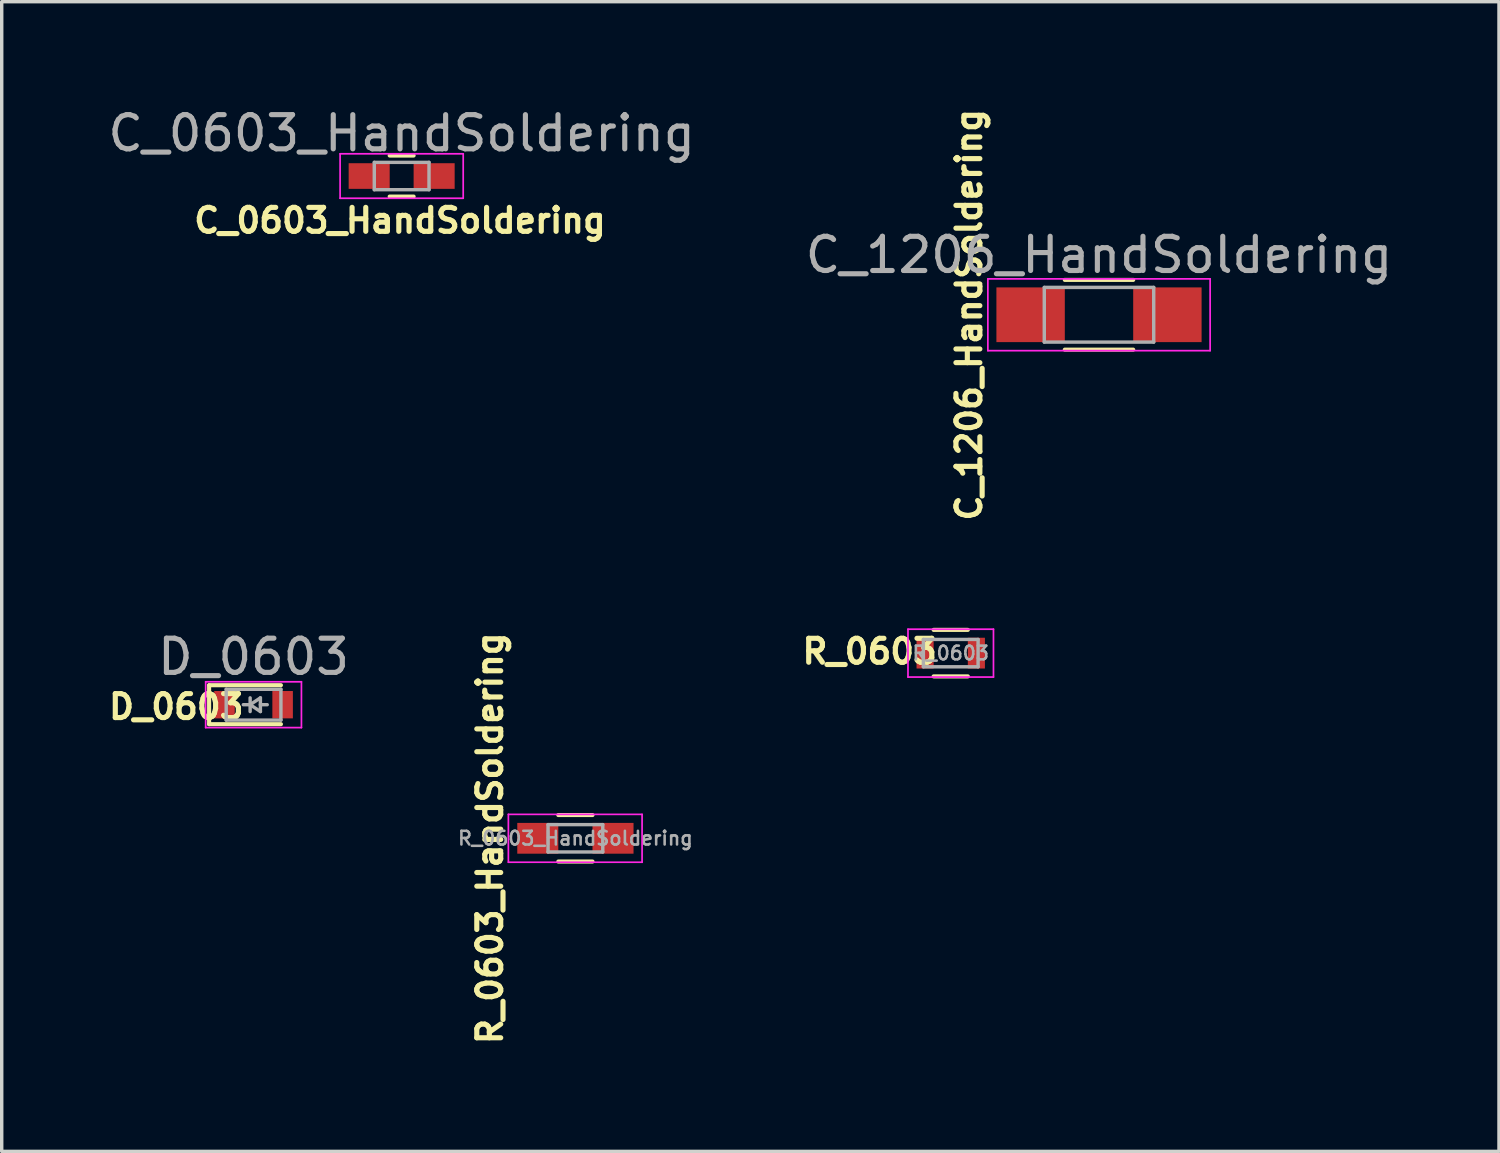
<source format=kicad_pcb>
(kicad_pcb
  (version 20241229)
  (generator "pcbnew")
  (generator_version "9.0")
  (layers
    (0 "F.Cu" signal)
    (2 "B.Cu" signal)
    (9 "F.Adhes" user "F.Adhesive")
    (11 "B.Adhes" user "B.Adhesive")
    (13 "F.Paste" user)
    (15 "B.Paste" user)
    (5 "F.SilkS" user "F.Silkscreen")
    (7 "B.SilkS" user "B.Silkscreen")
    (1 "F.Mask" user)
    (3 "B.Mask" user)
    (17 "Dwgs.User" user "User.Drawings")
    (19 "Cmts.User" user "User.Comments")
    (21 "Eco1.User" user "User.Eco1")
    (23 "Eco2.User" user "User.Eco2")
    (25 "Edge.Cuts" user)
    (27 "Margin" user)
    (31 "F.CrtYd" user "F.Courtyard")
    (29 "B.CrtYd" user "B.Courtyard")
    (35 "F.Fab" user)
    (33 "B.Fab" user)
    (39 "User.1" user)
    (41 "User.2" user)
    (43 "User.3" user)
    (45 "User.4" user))
  (footprint "C_1206_HandSoldering"
    (layer "F.Cu")
    (at 29.089 6.155)
    (property "Reference" "C_1206_HandSoldering" (at -3.8 0 270) (layer "F.SilkS") (effects (font (size 0.7 0.7) (thickness 0.15))))
    (attr smd)
    (fp_line (start -1 1.02) (end 1 1.02) (stroke (width 0.12) (type solid)) (layer "F.SilkS"))
    (fp_line (start 1 -1.02) (end -1 -1.02) (stroke (width 0.12) (type solid)) (layer "F.SilkS"))
    (fp_line (start -3.25 -1.05) (end -3.25 1.05) (stroke (width 0.05) (type solid)) (layer "F.CrtYd"))
    (fp_line (start -3.25 -1.05) (end 3.25 -1.05) (stroke (width 0.05) (type solid)) (layer "F.CrtYd"))
    (fp_line (start 3.25 1.05) (end -3.25 1.05) (stroke (width 0.05) (type solid)) (layer "F.CrtYd"))
    (fp_line (start 3.25 1.05) (end 3.25 -1.05) (stroke (width 0.05) (type solid)) (layer "F.CrtYd"))
    (fp_line (start -1.6 -0.8) (end 1.6 -0.8) (stroke (width 0.1) (type solid)) (layer "F.Fab"))
    (fp_line (start -1.6 0.8) (end -1.6 -0.8) (stroke (width 0.1) (type solid)) (layer "F.Fab"))
    (fp_line (start 1.6 -0.8) (end 1.6 0.8) (stroke (width 0.1) (type solid)) (layer "F.Fab"))
    (fp_line (start 1.6 0.8) (end -1.6 0.8) (stroke (width 0.1) (type solid)) (layer "F.Fab"))
    (fp_text user "${REFERENCE}" (at 0 -1.75 0) (layer "F.Fab") (effects (font (size 1 1) (thickness 0.15))))
    (pad "1" smd rect (at -2 0) (size 2 1.6) (layers "F.Cu" "F.Mask" "F.Paste"))
    (pad "2" smd rect (at 2 0) (size 2 1.6) (layers "F.Cu" "F.Mask" "F.Paste")))
  (footprint "R_0603_HandSoldering"
    (layer "F.Cu")
    (at 13.777 21.465)
    (property "Reference" "R_0603_HandSoldering" (at -2.5 0 270) (layer "F.SilkS") (effects (font (size 0.7 0.7) (thickness 0.15))))
    (attr smd)
    (fp_line (start -0.5 -0.68) (end 0.5 -0.68) (stroke (width 0.12) (type solid)) (layer "F.SilkS"))
    (fp_line (start 0.5 0.68) (end -0.5 0.68) (stroke (width 0.12) (type solid)) (layer "F.SilkS"))
    (fp_line (start -1.96 -0.7) (end -1.96 0.7) (stroke (width 0.05) (type solid)) (layer "F.CrtYd"))
    (fp_line (start -1.96 -0.7) (end 1.95 -0.7) (stroke (width 0.05) (type solid)) (layer "F.CrtYd"))
    (fp_line (start 1.95 0.7) (end -1.96 0.7) (stroke (width 0.05) (type solid)) (layer "F.CrtYd"))
    (fp_line (start 1.95 0.7) (end 1.95 -0.7) (stroke (width 0.05) (type solid)) (layer "F.CrtYd"))
    (fp_line (start -0.8 -0.4) (end 0.8 -0.4) (stroke (width 0.1) (type solid)) (layer "F.Fab"))
    (fp_line (start -0.8 0.4) (end -0.8 -0.4) (stroke (width 0.1) (type solid)) (layer "F.Fab"))
    (fp_line (start 0.8 -0.4) (end 0.8 0.4) (stroke (width 0.1) (type solid)) (layer "F.Fab"))
    (fp_line (start 0.8 0.4) (end -0.8 0.4) (stroke (width 0.1) (type solid)) (layer "F.Fab"))
    (fp_text user "${REFERENCE}" (at 0 0 0) (layer "F.Fab") (effects (font (size 0.4 0.4) (thickness 0.075))))
    (pad "1" smd rect (at -1.1 0) (size 1.2 0.9) (layers "F.Cu" "F.Mask" "F.Paste"))
    (pad "2" smd rect (at 1.1 0) (size 1.2 0.9) (layers "F.Cu" "F.Mask" "F.Paste")))
  (footprint "D_0603"
    (layer "F.Cu")
    (at 4.365 17.558)
    (property "Reference" "D_0603" (at -2.26 0.06 0) (layer "F.SilkS") (effects (font (size 0.7 0.7) (thickness 0.15))))
    (attr smd)
    (fp_line (start -1.3 -0.57) (end -1.3 0.57) (stroke (width 0.12) (type solid)) (layer "F.SilkS"))
    (fp_line (start -1.3 -0.57) (end 0.8 -0.57) (stroke (width 0.12) (type solid)) (layer "F.SilkS"))
    (fp_line (start -1.3 0.57) (end 0.8 0.57) (stroke (width 0.12) (type solid)) (layer "F.SilkS"))
    (fp_line (start -1.4 -0.67) (end -1.4 0.67) (stroke (width 0.05) (type solid)) (layer "F.CrtYd"))
    (fp_line (start -1.4 0.67) (end 1.4 0.67) (stroke (width 0.05) (type solid)) (layer "F.CrtYd"))
    (fp_line (start 1.4 -0.67) (end -1.4 -0.67) (stroke (width 0.05) (type solid)) (layer "F.CrtYd"))
    (fp_line (start 1.4 0.67) (end 1.4 -0.67) (stroke (width 0.05) (type solid)) (layer "F.CrtYd"))
    (fp_line (start -0.8 -0.45) (end 0.8 -0.45) (stroke (width 0.1) (type solid)) (layer "F.Fab"))
    (fp_line (start -0.8 0.45) (end -0.8 -0.45) (stroke (width 0.1) (type solid)) (layer "F.Fab"))
    (fp_line (start -0.1 -0.2) (end -0.1 0.2) (stroke (width 0.1) (type solid)) (layer "F.Fab"))
    (fp_line (start -0.1 0) (end -0.3 0) (stroke (width 0.1) (type solid)) (layer "F.Fab"))
    (fp_line (start -0.1 0) (end 0.2 0.2) (stroke (width 0.1) (type solid)) (layer "F.Fab"))
    (fp_line (start 0.2 -0.2) (end -0.1 0) (stroke (width 0.1) (type solid)) (layer "F.Fab"))
    (fp_line (start 0.2 0) (end 0.4 0) (stroke (width 0.1) (type solid)) (layer "F.Fab"))
    (fp_line (start 0.2 0.2) (end 0.2 -0.2) (stroke (width 0.1) (type solid)) (layer "F.Fab"))
    (fp_line (start 0.8 -0.45) (end 0.8 0.45) (stroke (width 0.1) (type solid)) (layer "F.Fab"))
    (fp_line (start 0.8 0.45) (end -0.8 0.45) (stroke (width 0.1) (type solid)) (layer "F.Fab"))
    (fp_text user "${REFERENCE}" (at 0 -1.4 0) (layer "F.Fab") (effects (font (size 1 1) (thickness 0.15))))
    (pad "1" smd rect (at -0.85 0) (size 0.6 0.8) (layers "F.Cu" "F.Mask" "F.Paste"))
    (pad "2" smd rect (at 0.85 0) (size 0.6 0.8) (layers "F.Cu" "F.Mask" "F.Paste")))
  (footprint "R_0603"
    (layer "F.Cu")
    (at 24.753 16.05)
    (property "Reference" "R_0603" (at -2.37 -0.05 180) (layer "F.SilkS") (effects (font (size 0.7 0.7) (thickness 0.15))))
    (attr smd)
    (fp_line (start -0.5 -0.68) (end 0.5 -0.68) (stroke (width 0.12) (type solid)) (layer "F.SilkS"))
    (fp_line (start 0.5 0.68) (end -0.5 0.68) (stroke (width 0.12) (type solid)) (layer "F.SilkS"))
    (fp_line (start -1.25 -0.7) (end -1.25 0.7) (stroke (width 0.05) (type solid)) (layer "F.CrtYd"))
    (fp_line (start -1.25 -0.7) (end 1.25 -0.7) (stroke (width 0.05) (type solid)) (layer "F.CrtYd"))
    (fp_line (start 1.25 0.7) (end -1.25 0.7) (stroke (width 0.05) (type solid)) (layer "F.CrtYd"))
    (fp_line (start 1.25 0.7) (end 1.25 -0.7) (stroke (width 0.05) (type solid)) (layer "F.CrtYd"))
    (fp_line (start -0.8 -0.4) (end 0.8 -0.4) (stroke (width 0.1) (type solid)) (layer "F.Fab"))
    (fp_line (start -0.8 0.4) (end -0.8 -0.4) (stroke (width 0.1) (type solid)) (layer "F.Fab"))
    (fp_line (start 0.8 -0.4) (end 0.8 0.4) (stroke (width 0.1) (type solid)) (layer "F.Fab"))
    (fp_line (start 0.8 0.4) (end -0.8 0.4) (stroke (width 0.1) (type solid)) (layer "F.Fab"))
    (fp_text user "${REFERENCE}" (at 0 0 0) (layer "F.Fab") (effects (font (size 0.4 0.4) (thickness 0.075))))
    (pad "1" smd rect (at -0.75 0) (size 0.5 0.9) (layers "F.Cu" "F.Mask" "F.Paste"))
    (pad "2" smd rect (at 0.75 0) (size 0.5 0.9) (layers "F.Cu" "F.Mask" "F.Paste")))
  (footprint "C_0603_HandSoldering"
    (layer "F.Cu")
    (at 8.696 2.098)
    (property "Reference" "C_0603_HandSoldering" (at -0.05 1.3 0) (layer "F.SilkS") (effects (font (size 0.7 0.7) (thickness 0.15))))
    (attr smd)
    (fp_line (start -0.35 -0.6) (end 0.35 -0.6) (stroke (width 0.12) (type solid)) (layer "F.SilkS"))
    (fp_line (start 0.35 0.6) (end -0.35 0.6) (stroke (width 0.12) (type solid)) (layer "F.SilkS"))
    (fp_line (start -1.8 -0.65) (end -1.8 0.65) (stroke (width 0.05) (type solid)) (layer "F.CrtYd"))
    (fp_line (start -1.8 -0.65) (end 1.8 -0.65) (stroke (width 0.05) (type solid)) (layer "F.CrtYd"))
    (fp_line (start 1.8 0.65) (end -1.8 0.65) (stroke (width 0.05) (type solid)) (layer "F.CrtYd"))
    (fp_line (start 1.8 0.65) (end 1.8 -0.65) (stroke (width 0.05) (type solid)) (layer "F.CrtYd"))
    (fp_line (start -0.8 -0.4) (end 0.8 -0.4) (stroke (width 0.1) (type solid)) (layer "F.Fab"))
    (fp_line (start -0.8 0.4) (end -0.8 -0.4) (stroke (width 0.1) (type solid)) (layer "F.Fab"))
    (fp_line (start 0.8 -0.4) (end 0.8 0.4) (stroke (width 0.1) (type solid)) (layer "F.Fab"))
    (fp_line (start 0.8 0.4) (end -0.8 0.4) (stroke (width 0.1) (type solid)) (layer "F.Fab"))
    (fp_text user "${REFERENCE}" (at 0 -1.25 0) (layer "F.Fab") (effects (font (size 1 1) (thickness 0.15))))
    (pad "1" smd rect (at -0.95 0) (size 1.2 0.75) (layers "F.Cu" "F.Mask" "F.Paste"))
    (pad "2" smd rect (at 0.95 0) (size 1.2 0.75) (layers "F.Cu" "F.Mask" "F.Paste")))
  (gr_rect
    (start -3 -3)
    (end 40.786 30.62)
    (stroke (width 0.1) (type default))
    (fill no)
    (layer "Edge.Cuts")))
</source>
